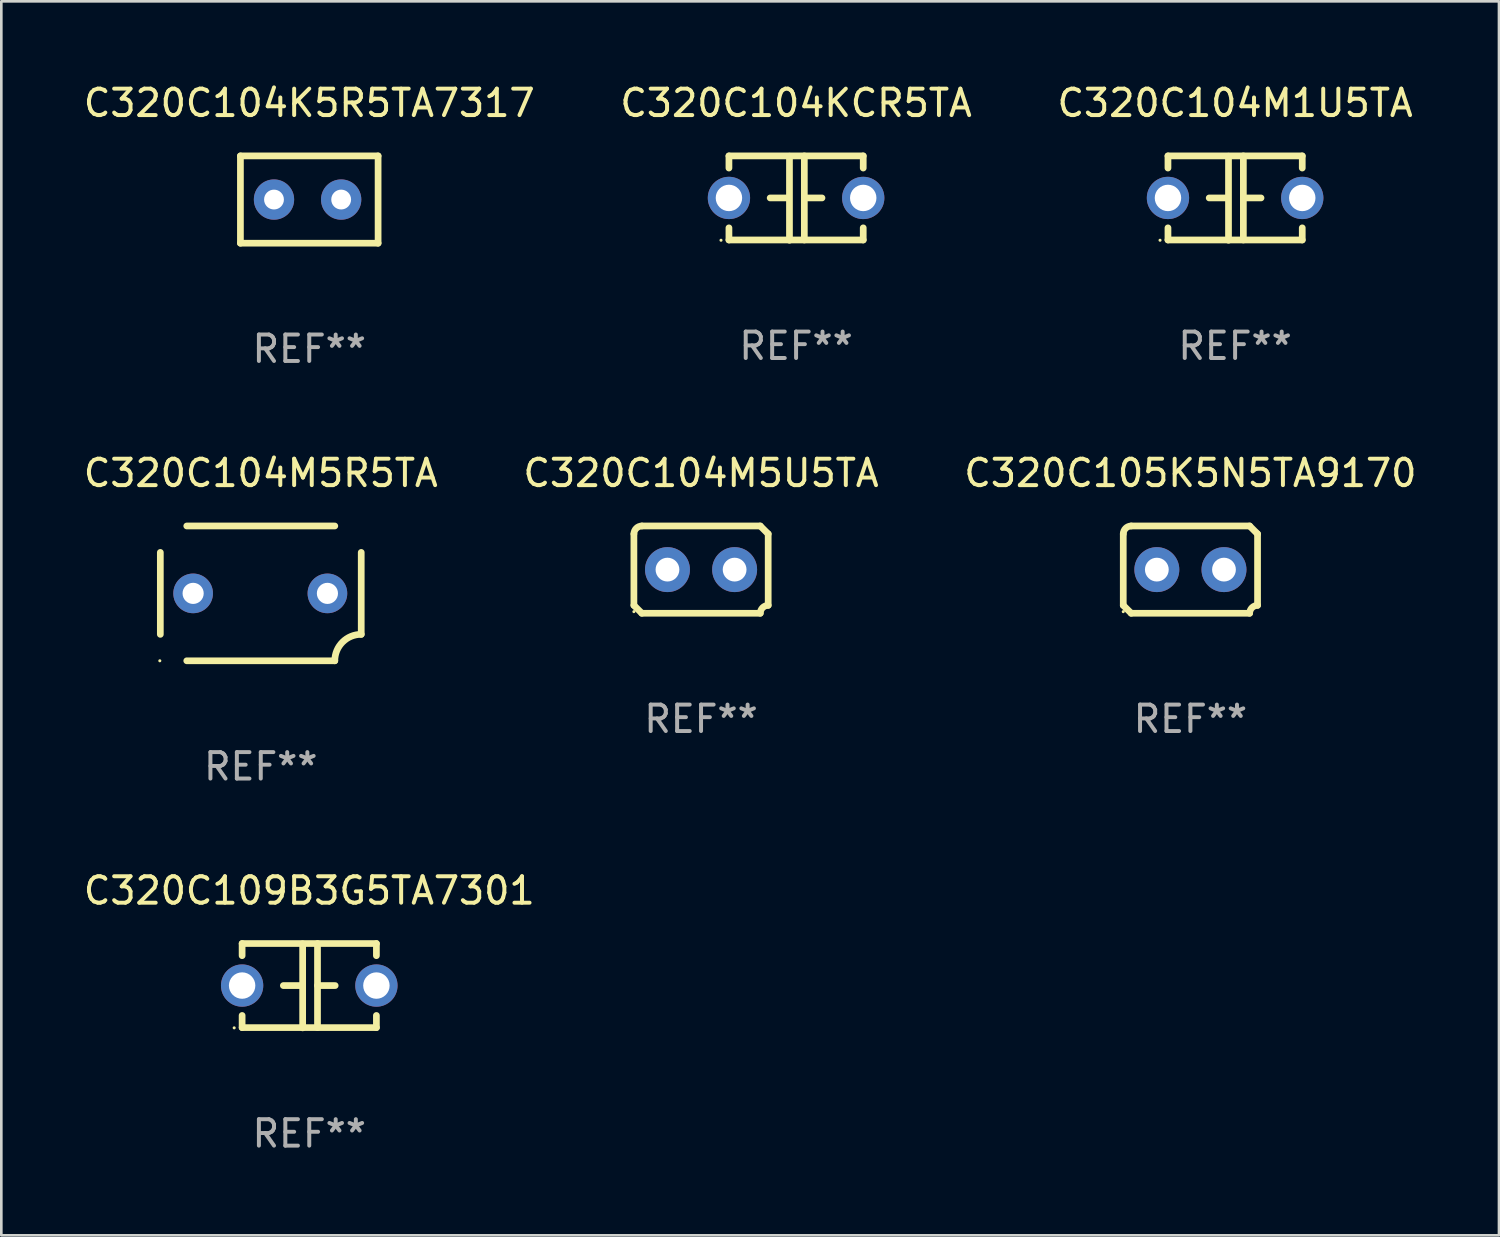
<source format=kicad_pcb>
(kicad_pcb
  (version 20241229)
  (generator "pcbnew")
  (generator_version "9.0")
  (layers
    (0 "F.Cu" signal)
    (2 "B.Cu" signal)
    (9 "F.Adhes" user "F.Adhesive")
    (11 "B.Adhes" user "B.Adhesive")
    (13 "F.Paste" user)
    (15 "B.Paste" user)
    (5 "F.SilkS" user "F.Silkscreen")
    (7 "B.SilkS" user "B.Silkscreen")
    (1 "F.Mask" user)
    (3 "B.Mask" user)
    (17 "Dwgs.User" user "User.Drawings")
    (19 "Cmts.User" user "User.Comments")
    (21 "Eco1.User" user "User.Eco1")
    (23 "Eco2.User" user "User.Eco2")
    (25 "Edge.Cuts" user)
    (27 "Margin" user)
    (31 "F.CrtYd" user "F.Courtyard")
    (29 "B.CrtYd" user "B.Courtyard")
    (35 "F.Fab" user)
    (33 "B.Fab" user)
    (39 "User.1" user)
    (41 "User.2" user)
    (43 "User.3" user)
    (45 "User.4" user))
  (footprint "C320C104M5U5TA"
    (layer "F.Cu")
    (at 23.47 18.498)
    (property "Reference" "C320C104M5U5TA" (at 0 -3.651 0) (layer "F.SilkS") (effects (font (size 1 1) (thickness 0.15))))
    (attr through_hole)
    (fp_line (start -2.54 -1.351) (end -2.54 1.351) (stroke (width 0.254) (type solid)) (layer "F.SilkS"))
    (fp_line (start -2.24 -1.651) (end 2.24 -1.651) (stroke (width 0.254) (type solid)) (layer "F.SilkS"))
    (fp_line (start 2.24 1.651) (end -2.24 1.651) (stroke (width 0.254) (type solid)) (layer "F.SilkS"))
    (fp_line (start 2.54 1.351) (end 2.54 -1.351) (stroke (width 0.254) (type solid)) (layer "F.SilkS"))
    (fp_arc (start -2.540005 -1.351283) (mid -2.450115 -1.561309) (end -2.240005 -1.651003) (stroke (width 0.254001) (type solid)) (layer "F.SilkS"))
    (fp_arc (start -2.240287 1.651001) (mid -2.390163 1.501019) (end -2.540005 1.351003) (stroke (width 0.254001) (type solid)) (layer "F.SilkS"))
    (fp_arc (start 2.240005 1.651003) (mid 2.329934 1.441015) (end 2.540005 1.351282) (stroke (width 0.254001) (type solid)) (layer "F.SilkS"))
    (fp_arc (start 2.540005 -1.351003) (mid 2.389393 -1.500252) (end 2.240284 -1.651003) (stroke (width 0.254001) (type solid)) (layer "F.SilkS"))
    (fp_circle (center -2.54 1.59) (end -2.51 1.59) (stroke (width 0.06) (type solid)) (fill no) (layer "F.SilkS"))
    (fp_text user "REF**" (at 0 5.651 0) (layer "F.Fab") (effects (font (size 1 1) (thickness 0.15))))
    (pad "1" thru_hole circle (at -1.27 0) (size 1.7 1.7) (drill 0.9) (layers "*.Cu" "*.Mask"))
    (pad "2" thru_hole circle (at 1.27 0) (size 1.7 1.7) (drill 0.9) (layers "*.Cu" "*.Mask")))
  (footprint "C320C109B3G5TA7301"
    (layer "F.Cu")
    (at 8.649 34.238)
    (property "Reference" "C320C109B3G5TA7301" (at 0 -3.595 0) (layer "F.SilkS") (effects (font (size 1 1) (thickness 0.15))))
    (attr through_hole)
    (fp_line (start -2.54 -1.595) (end -2.54 -1.136) (stroke (width 0.254) (type solid)) (layer "F.SilkS"))
    (fp_line (start -2.54 -1.595) (end 2.54 -1.595) (stroke (width 0.254) (type solid)) (layer "F.SilkS"))
    (fp_line (start -2.54 1.126) (end -2.54 1.585) (stroke (width 0.254) (type solid)) (layer "F.SilkS"))
    (fp_line (start -0.312 -0.005) (end -0.98 -0.005) (stroke (width 0.254) (type solid)) (layer "F.SilkS"))
    (fp_line (start -0.25 -1.585) (end -0.25 1.595) (stroke (width 0.254) (type solid)) (layer "F.SilkS"))
    (fp_line (start 0.312 -1.595) (end 0.312 1.585) (stroke (width 0.254) (type solid)) (layer "F.SilkS"))
    (fp_line (start 0.312 -0.005) (end 0.98 -0.005) (stroke (width 0.254) (type solid)) (layer "F.SilkS"))
    (fp_line (start 2.54 -1.595) (end 2.54 -1.136) (stroke (width 0.254) (type solid)) (layer "F.SilkS"))
    (fp_line (start 2.54 1.126) (end 2.54 1.585) (stroke (width 0.254) (type solid)) (layer "F.SilkS"))
    (fp_line (start 2.54 1.585) (end -2.54 1.585) (stroke (width 0.254) (type solid)) (layer "F.SilkS"))
    (fp_circle (center -2.84 1.595) (end -2.81 1.595) (stroke (width 0.06) (type solid)) (fill no) (layer "F.SilkS"))
    (fp_text user "REF**" (at 0 5.595 0) (layer "F.Fab") (effects (font (size 1 1) (thickness 0.15))))
    (pad "1" thru_hole circle (at -2.54 -0.005) (size 1.6 1.6) (drill 1) (layers "*.Cu" "*.Mask"))
    (pad "2" thru_hole circle (at 2.54 -0.005) (size 1.6 1.6) (drill 1) (layers "*.Cu" "*.Mask")))
  (footprint "C320C104M1U5TA"
    (layer "F.Cu")
    (at 43.673 4.443)
    (property "Reference" "C320C104M1U5TA" (at 0 -3.595 0) (layer "F.SilkS") (effects (font (size 1 1) (thickness 0.15))))
    (attr through_hole)
    (fp_line (start -2.54 -1.595) (end -2.54 -1.136) (stroke (width 0.254) (type solid)) (layer "F.SilkS"))
    (fp_line (start -2.54 -1.595) (end 2.54 -1.595) (stroke (width 0.254) (type solid)) (layer "F.SilkS"))
    (fp_line (start -2.54 1.126) (end -2.54 1.585) (stroke (width 0.254) (type solid)) (layer "F.SilkS"))
    (fp_line (start -0.312 -0.005) (end -0.98 -0.005) (stroke (width 0.254) (type solid)) (layer "F.SilkS"))
    (fp_line (start -0.25 -1.585) (end -0.25 1.595) (stroke (width 0.254) (type solid)) (layer "F.SilkS"))
    (fp_line (start 0.312 -1.595) (end 0.312 1.585) (stroke (width 0.254) (type solid)) (layer "F.SilkS"))
    (fp_line (start 0.312 -0.005) (end 0.98 -0.005) (stroke (width 0.254) (type solid)) (layer "F.SilkS"))
    (fp_line (start 2.54 -1.595) (end 2.54 -1.136) (stroke (width 0.254) (type solid)) (layer "F.SilkS"))
    (fp_line (start 2.54 1.126) (end 2.54 1.585) (stroke (width 0.254) (type solid)) (layer "F.SilkS"))
    (fp_line (start 2.54 1.585) (end -2.54 1.585) (stroke (width 0.254) (type solid)) (layer "F.SilkS"))
    (fp_circle (center -2.84 1.595) (end -2.81 1.595) (stroke (width 0.06) (type solid)) (fill no) (layer "F.SilkS"))
    (fp_text user "REF**" (at 0 5.595 0) (layer "F.Fab") (effects (font (size 1 1) (thickness 0.15))))
    (pad "1" thru_hole circle (at -2.54 -0.005) (size 1.6 1.6) (drill 1) (layers "*.Cu" "*.Mask"))
    (pad "2" thru_hole circle (at 2.54 -0.005) (size 1.6 1.6) (drill 1) (layers "*.Cu" "*.Mask")))
  (footprint "C320C104KCR5TA"
    (layer "F.Cu")
    (at 27.065 4.443)
    (property "Reference" "C320C104KCR5TA" (at 0 -3.595 0) (layer "F.SilkS") (effects (font (size 1 1) (thickness 0.15))))
    (attr through_hole)
    (fp_line (start -2.54 -1.595) (end -2.54 -1.136) (stroke (width 0.254) (type solid)) (layer "F.SilkS"))
    (fp_line (start -2.54 -1.595) (end 2.54 -1.595) (stroke (width 0.254) (type solid)) (layer "F.SilkS"))
    (fp_line (start -2.54 1.126) (end -2.54 1.585) (stroke (width 0.254) (type solid)) (layer "F.SilkS"))
    (fp_line (start -0.312 -0.005) (end -0.98 -0.005) (stroke (width 0.254) (type solid)) (layer "F.SilkS"))
    (fp_line (start -0.25 -1.585) (end -0.25 1.595) (stroke (width 0.254) (type solid)) (layer "F.SilkS"))
    (fp_line (start 0.312 -1.595) (end 0.312 1.585) (stroke (width 0.254) (type solid)) (layer "F.SilkS"))
    (fp_line (start 0.312 -0.005) (end 0.98 -0.005) (stroke (width 0.254) (type solid)) (layer "F.SilkS"))
    (fp_line (start 2.54 -1.595) (end 2.54 -1.136) (stroke (width 0.254) (type solid)) (layer "F.SilkS"))
    (fp_line (start 2.54 1.126) (end 2.54 1.585) (stroke (width 0.254) (type solid)) (layer "F.SilkS"))
    (fp_line (start 2.54 1.585) (end -2.54 1.585) (stroke (width 0.254) (type solid)) (layer "F.SilkS"))
    (fp_circle (center -2.84 1.595) (end -2.81 1.595) (stroke (width 0.06) (type solid)) (fill no) (layer "F.SilkS"))
    (fp_text user "REF**" (at 0 5.595 0) (layer "F.Fab") (effects (font (size 1 1) (thickness 0.15))))
    (pad "1" thru_hole circle (at -2.54 -0.005) (size 1.6 1.6) (drill 1) (layers "*.Cu" "*.Mask"))
    (pad "2" thru_hole circle (at 2.54 -0.005) (size 1.6 1.6) (drill 1) (layers "*.Cu" "*.Mask")))
  (footprint "C320C104M5R5TA"
    (layer "F.Cu")
    (at 6.815 19.397)
    (property "Reference" "C320C104M5R5TA" (at 0 -4.55 0) (layer "F.SilkS") (effects (font (size 1 1) (thickness 0.15))))
    (attr through_hole)
    (fp_line (start -3.8 1.55) (end -3.8 -1.55) (stroke (width 0.254) (type solid)) (layer "F.SilkS"))
    (fp_line (start -2.8 -2.55) (end 2.8 -2.55) (stroke (width 0.254) (type solid)) (layer "F.SilkS"))
    (fp_line (start 2.8 2.55) (end -2.8 2.55) (stroke (width 0.254) (type solid)) (layer "F.SilkS"))
    (fp_line (start 3.8 -1.55) (end 3.8 1.55) (stroke (width 0.254) (type solid)) (layer "F.SilkS"))
    (fp_arc (start 2.800038 2.549975) (mid 3.092931 1.842868) (end 3.800038 1.549975) (stroke (width 0.254001) (type solid)) (layer "F.SilkS"))
    (fp_circle (center -3.819 2.55) (end -3.789 2.55) (stroke (width 0.06) (type solid)) (fill no) (layer "F.SilkS"))
    (fp_text user "REF**" (at 0 6.55 0) (layer "F.Fab") (effects (font (size 1 1) (thickness 0.15))))
    (pad "1" thru_hole circle (at -2.559 -0.000013) (size 1.5 1.5) (drill 0.8) (layers "*.Cu" "*.Mask"))
    (pad "2" thru_hole circle (at 2.521 -0.000013) (size 1.5 1.5) (drill 0.8) (layers "*.Cu" "*.Mask")))
  (footprint "C320C105K5N5TA9170"
    (layer "F.Cu")
    (at 41.982 18.498)
    (property "Reference" "C320C105K5N5TA9170" (at 0 -3.651 0) (layer "F.SilkS") (effects (font (size 1 1) (thickness 0.15))))
    (attr through_hole)
    (fp_line (start -2.54 -1.351) (end -2.54 1.351) (stroke (width 0.254) (type solid)) (layer "F.SilkS"))
    (fp_line (start -2.24 -1.651) (end 2.24 -1.651) (stroke (width 0.254) (type solid)) (layer "F.SilkS"))
    (fp_line (start 2.24 1.651) (end -2.24 1.651) (stroke (width 0.254) (type solid)) (layer "F.SilkS"))
    (fp_line (start 2.54 1.351) (end 2.54 -1.351) (stroke (width 0.254) (type solid)) (layer "F.SilkS"))
    (fp_arc (start -2.540005 -1.351283) (mid -2.450115 -1.561309) (end -2.240005 -1.651003) (stroke (width 0.254001) (type solid)) (layer "F.SilkS"))
    (fp_arc (start -2.240287 1.651001) (mid -2.390163 1.501019) (end -2.540005 1.351003) (stroke (width 0.254001) (type solid)) (layer "F.SilkS"))
    (fp_arc (start 2.240005 1.651003) (mid 2.329934 1.441015) (end 2.540005 1.351282) (stroke (width 0.254001) (type solid)) (layer "F.SilkS"))
    (fp_arc (start 2.540005 -1.351003) (mid 2.389393 -1.500252) (end 2.240284 -1.651003) (stroke (width 0.254001) (type solid)) (layer "F.SilkS"))
    (fp_circle (center -2.54 1.59) (end -2.51 1.59) (stroke (width 0.06) (type solid)) (fill no) (layer "F.SilkS"))
    (fp_text user "REF**" (at 0 5.651 0) (layer "F.Fab") (effects (font (size 1 1) (thickness 0.15))))
    (pad "1" thru_hole circle (at -1.27 0) (size 1.7 1.7) (drill 0.9) (layers "*.Cu" "*.Mask"))
    (pad "2" thru_hole circle (at 1.27 0) (size 1.7 1.7) (drill 0.9) (layers "*.Cu" "*.Mask")))
  (footprint "C320C104K5R5TA7317"
    (layer "F.Cu")
    (at 8.649 4.499)
    (property "Reference" "C320C104K5R5TA7317" (at 0 -3.651 0) (layer "F.SilkS") (effects (font (size 1 1) (thickness 0.15))))
    (attr through_hole)
    (fp_line (start -2.604 -1.651) (end 2.604 -1.651) (stroke (width 0.254) (type solid)) (layer "F.SilkS"))
    (fp_line (start -2.604 1.651) (end -2.604 -1.651) (stroke (width 0.254) (type solid)) (layer "F.SilkS"))
    (fp_line (start 2.604 -1.651) (end 2.604 1.651) (stroke (width 0.254) (type solid)) (layer "F.SilkS"))
    (fp_line (start 2.604 1.651) (end -2.604 1.651) (stroke (width 0.254) (type solid)) (layer "F.SilkS"))
    (fp_circle (center -2.614 1.6) (end -2.584 1.6) (stroke (width 0.06) (type solid)) (fill no) (layer "F.SilkS"))
    (fp_text user "REF**" (at 0 5.651 0) (layer "F.Fab") (effects (font (size 1 1) (thickness 0.15))))
    (pad "1" thru_hole circle (at -1.334 0) (size 1.524 1.524) (drill 0.75) (layers "*.Cu" "*.Mask"))
    (pad "2" thru_hole circle (at 1.207 0) (size 1.524 1.524) (drill 0.75) (layers "*.Cu" "*.Mask")))
  (gr_rect
    (start -3 -3)
    (end 53.655 43.682)
    (stroke (width 0.1) (type default))
    (fill no)
    (layer "Edge.Cuts")))
</source>
